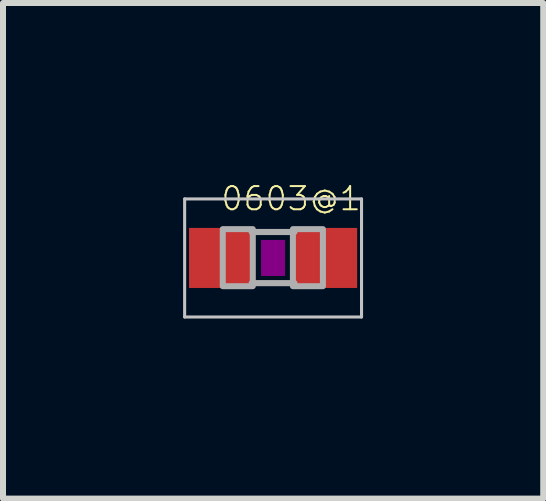
<source format=kicad_pcb>
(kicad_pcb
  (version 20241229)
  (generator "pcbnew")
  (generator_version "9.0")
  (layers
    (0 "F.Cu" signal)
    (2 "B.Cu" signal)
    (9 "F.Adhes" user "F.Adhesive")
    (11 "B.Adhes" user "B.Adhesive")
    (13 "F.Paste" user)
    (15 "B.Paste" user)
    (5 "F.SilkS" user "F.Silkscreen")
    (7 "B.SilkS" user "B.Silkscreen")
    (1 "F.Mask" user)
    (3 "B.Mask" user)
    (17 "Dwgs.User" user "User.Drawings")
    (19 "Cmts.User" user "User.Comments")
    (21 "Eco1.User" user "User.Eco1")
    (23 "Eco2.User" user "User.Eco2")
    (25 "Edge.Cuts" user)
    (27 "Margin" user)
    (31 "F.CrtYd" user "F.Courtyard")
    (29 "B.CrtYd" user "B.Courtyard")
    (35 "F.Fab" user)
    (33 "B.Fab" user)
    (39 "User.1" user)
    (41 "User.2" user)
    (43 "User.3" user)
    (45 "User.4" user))
  (footprint "0603@1"
    (layer "F.Cu")
    (at 1.498 1.246)
    (property "Reference" "0603@1" (at -0.889 -0.762 0) (layer "F.SilkS") (effects (font (size 0.386 0.386) (thickness 0.033)) (justify left bottom)))
    (attr through_hole)
    (fp_poly (pts (xy -0.2 0.3) (xy 0.2 0.3) (xy 0.2 -0.3) (xy -0.2 -0.3)) (stroke (width 0) (type solid)) (fill yes) (layer "F.Adhes"))
    (fp_line (start -1.473 -0.983) (end 1.473 -0.983) (stroke (width 0.051) (type solid)) (layer "Dwgs.User"))
    (fp_line (start -1.473 0.983) (end -1.473 -0.983) (stroke (width 0.051) (type solid)) (layer "Dwgs.User"))
    (fp_line (start 1.473 -0.983) (end 1.473 0.983) (stroke (width 0.051) (type solid)) (layer "Dwgs.User"))
    (fp_line (start 1.473 0.983) (end -1.473 0.983) (stroke (width 0.051) (type solid)) (layer "Dwgs.User"))
    (fp_line (start -0.356 -0.432) (end 0.356 -0.432) (stroke (width 0.102) (type solid)) (layer "F.Fab"))
    (fp_line (start -0.356 0.419) (end 0.356 0.419) (stroke (width 0.102) (type solid)) (layer "F.Fab"))
    (fp_poly (pts (xy -0.838 0.47) (xy -0.338 0.47) (xy -0.338 -0.48) (xy -0.838 -0.48)) (stroke (width 0.1) (type solid)) (fill no) (layer "F.Fab"))
    (fp_poly (pts (xy 0.33 0.47) (xy 0.83 0.47) (xy 0.83 -0.48) (xy 0.33 -0.48)) (stroke (width 0.1) (type solid)) (fill no) (layer "F.Fab"))
    (pad "1" smd rect (at -0.85 0) (size 1.1 1) (layers "F.Cu" "F.Mask" "F.Paste"))
    (pad "2" smd rect (at 0.85 0) (size 1.1 1) (layers "F.Cu" "F.Mask" "F.Paste")))
  (gr_rect
    (start -3 -3)
    (end 5.997 5.254)
    (stroke (width 0.1) (type default))
    (fill no)
    (layer "Edge.Cuts")))
</source>
